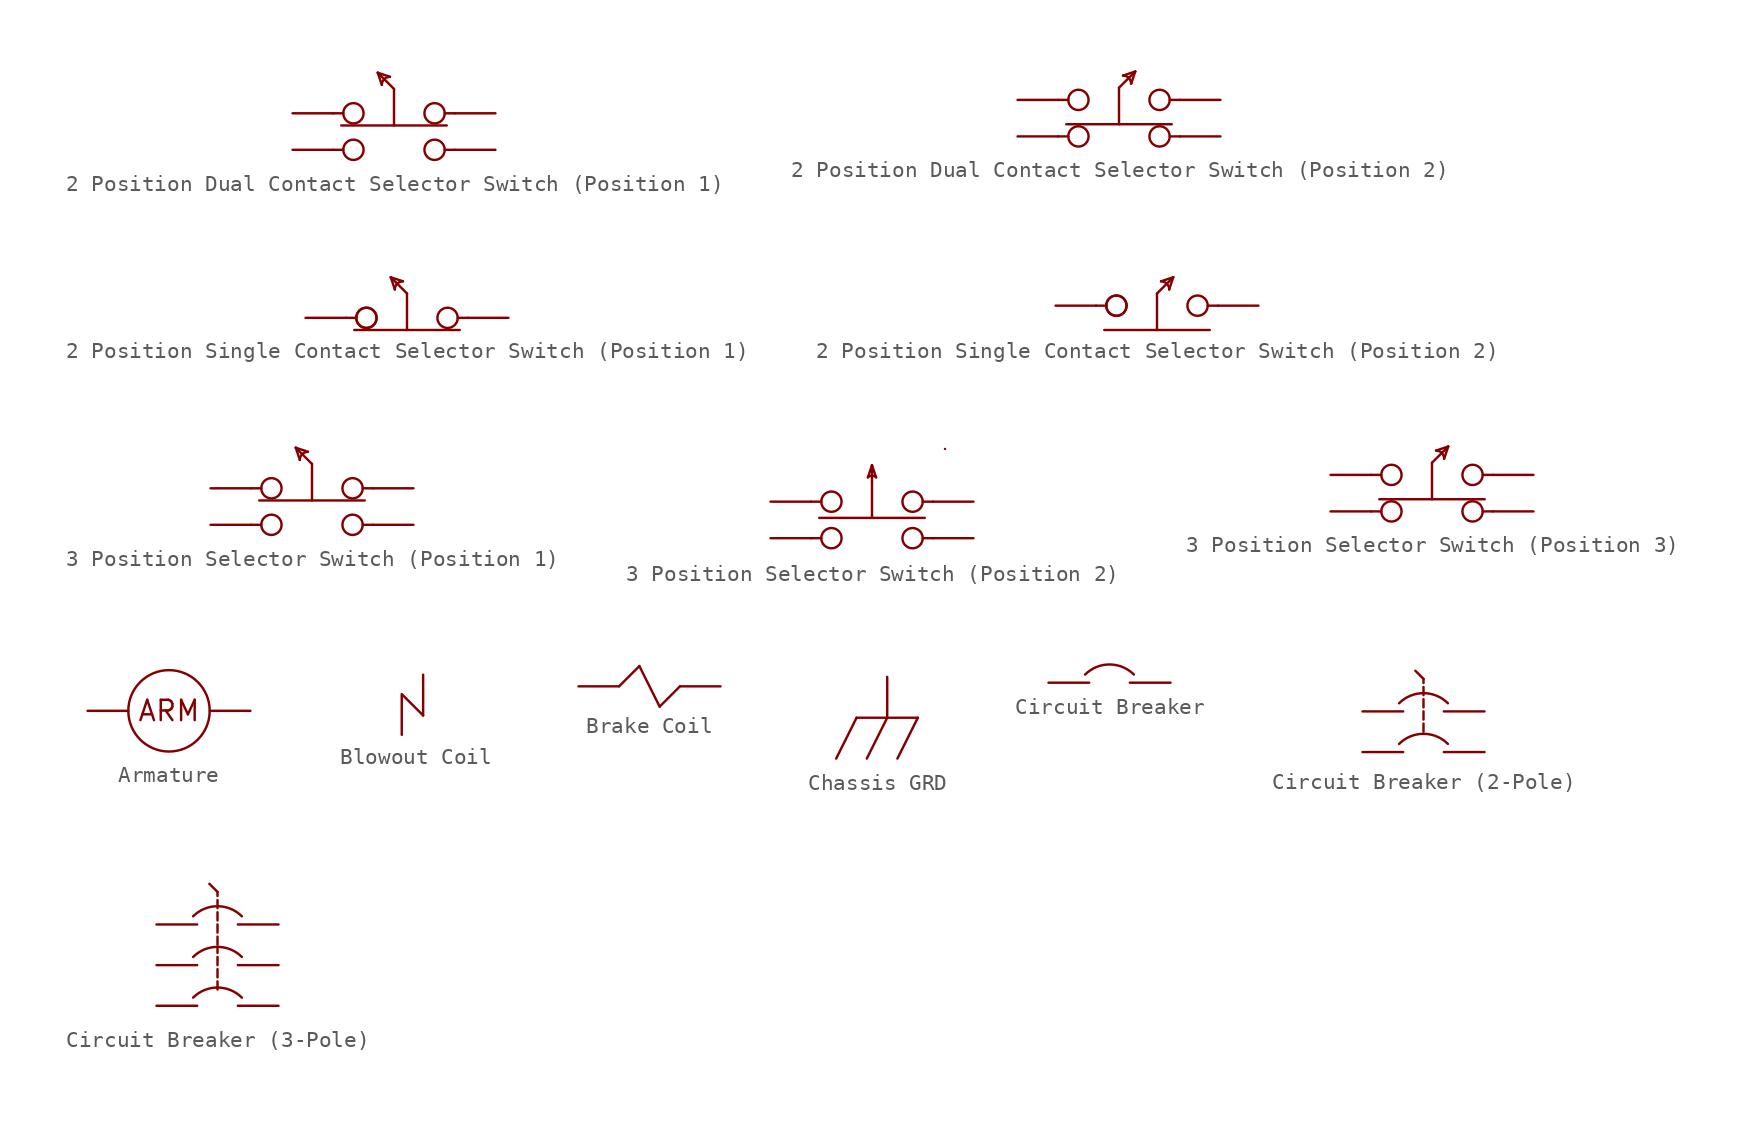
<source format=kicad_sym>
(kicad_symbol_lib
  (version 20241209)
  (generator "kicad_symbol_editor")
  (generator_version "9.0")
  (symbol "2 Position Dual Contact Selector Switch (Position 1)"
    (property "Reference" "U"
      (at 0 3.81 0)
      (effects (font (size 1.27 1.27)) (hide yes)))
    (property "Value" ""
      (at 0 0 0)
      (effects (font (size 1.27 1.27))))
    (symbol "2 Position Dual Contact Selector Switch (Position 1)_0_1"
      (polyline (pts (xy -3.81 0) (xy -3.175 0)) (stroke (width 0) (type default)) (fill (type none)))
      (polyline (pts (xy -3.81 -2.286) (xy -3.175 -2.286)) (stroke (width 0) (type default)) (fill (type none)))
      (polyline (pts (xy -3.302 -0.762) (xy 3.302 -0.762)) (stroke (width 0) (type default)) (fill (type none)))
      (circle (center -2.54 0) (radius 0.635) (stroke (width 0) (type default)) (fill (type none)))
      (circle (center -2.54 -2.286) (radius 0.635) (stroke (width 0) (type default)) (fill (type none)))
      (polyline (pts (xy -1.016 2.54) (xy -0.254 2.286)) (stroke (width 0) (type default)) (fill (type none)))
      (polyline (pts (xy -0.762 1.778) (xy -1.016 2.54)) (stroke (width 0) (type default)) (fill (type none)))
      (arc (start -0.762 1.778) (mid -0.6132 2.1372) (end -0.254 2.286) (stroke (width 0) (type default)) (fill (type none)))
      (polyline (pts (xy 0 1.524) (xy -1.016 2.54)) (stroke (width 0) (type default)) (fill (type none)))
      (circle (center 2.54 0) (radius 0.635) (stroke (width 0) (type default)) (fill (type none)))
      (circle (center 2.54 -2.286) (radius 0.635) (stroke (width 0) (type default)) (fill (type none)))
      (polyline (pts (xy 3.81 0) (xy 3.175 0)) (stroke (width 0) (type default)) (fill (type none)))
      (polyline (pts (xy 3.81 -2.286) (xy 3.175 -2.286)) (stroke (width 0) (type default)) (fill (type none))))
    (symbol "2 Position Dual Contact Selector Switch (Position 1)_1_1"
      (polyline (pts (xy 0 -0.762) (xy 0 1.524)) (stroke (width 0) (type solid)) (fill (type none)))
      (pin input line (at -6.35 0 0) (length 2.54) (name "" (effects (font (size 1.27 1.27)))) (number "" (effects (font (size 1.27 1.27)))))
      (pin input line (at -6.35 -2.286 0) (length 2.54) (name "" (effects (font (size 1.27 1.27)))) (number "" (effects (font (size 1.27 1.27)))))
      (pin input line (at 6.35 0 180) (length 2.54) (name "" (effects (font (size 1.27 1.27)))) (number "" (effects (font (size 1.27 1.27)))))
      (pin input line (at 6.35 -2.286 180) (length 2.54) (name "" (effects (font (size 1.27 1.27)))) (number "" (effects (font (size 1.27 1.27)))))))
  (symbol "2 Position Dual Contact Selector Switch (Position 2)"
    (property "Reference" "U"
      (at 0 3.048 0)
      (effects (font (size 1.27 1.27)) (hide yes)))
    (property "Value" ""
      (at 0 0 0)
      (effects (font (size 1.27 1.27))))
    (symbol "2 Position Dual Contact Selector Switch (Position 2)_0_1"
      (polyline (pts (xy -3.81 0) (xy -3.175 0)) (stroke (width 0) (type default)) (fill (type none)))
      (polyline (pts (xy -3.81 -2.286) (xy -3.175 -2.286)) (stroke (width 0) (type default)) (fill (type none)))
      (polyline (pts (xy -3.302 -1.524) (xy 3.302 -1.524)) (stroke (width 0) (type default)) (fill (type none)))
      (circle (center -2.54 0) (radius 0.635) (stroke (width 0) (type default)) (fill (type none)))
      (circle (center -2.54 -2.286) (radius 0.635) (stroke (width 0) (type default)) (fill (type none)))
      (polyline (pts (xy 0 0.762) (xy 1.016 1.778)) (stroke (width 0) (type default)) (fill (type none)))
      (polyline (pts (xy 0.254 1.524) (xy 1.016 1.778)) (stroke (width 0) (type default)) (fill (type none)))
      (arc (start 0.254 1.524) (mid 0.6132 1.3752) (end 0.762 1.016) (stroke (width 0) (type default)) (fill (type none)))
      (polyline (pts (xy 1.016 1.778) (xy 0.762 1.016)) (stroke (width 0) (type default)) (fill (type none)))
      (circle (center 2.54 0) (radius 0.635) (stroke (width 0) (type default)) (fill (type none)))
      (circle (center 2.54 -2.286) (radius 0.635) (stroke (width 0) (type default)) (fill (type none)))
      (polyline (pts (xy 3.81 0) (xy 3.175 0)) (stroke (width 0) (type default)) (fill (type none)))
      (polyline (pts (xy 3.81 -2.286) (xy 3.175 -2.286)) (stroke (width 0) (type default)) (fill (type none))))
    (symbol "2 Position Dual Contact Selector Switch (Position 2)_1_1"
      (polyline (pts (xy 0 -1.524) (xy 0 0.762)) (stroke (width 0) (type solid)) (fill (type none)))
      (pin input line (at -6.35 0 0) (length 2.54) (name "" (effects (font (size 1.27 1.27)))) (number "" (effects (font (size 1.27 1.27)))))
      (pin input line (at -6.35 -2.286 0) (length 2.54) (name "" (effects (font (size 1.27 1.27)))) (number "" (effects (font (size 1.27 1.27)))))
      (pin input line (at 6.35 0 180) (length 2.54) (name "" (effects (font (size 1.27 1.27)))) (number "" (effects (font (size 1.27 1.27)))))
      (pin input line (at 6.35 -2.286 180) (length 2.54) (name "" (effects (font (size 1.27 1.27)))) (number "" (effects (font (size 1.27 1.27)))))))
  (symbol "2 Position Single Contact Selector Switch (Position 1)"
    (property "Reference" "U"
      (at 0 3.81 0)
      (effects (font (size 1.27 1.27)) (hide yes)))
    (property "Value" ""
      (at 0 0 0)
      (effects (font (size 1.27 1.27))))
    (symbol "2 Position Single Contact Selector Switch (Position 1)_0_1"
      (polyline (pts (xy -3.81 0) (xy -3.175 0)) (stroke (width 0) (type default)) (fill (type none)))
      (polyline (pts (xy -3.302 -0.762) (xy 3.302 -0.762)) (stroke (width 0) (type default)) (fill (type none)))
      (circle (center -2.54 0) (radius 0.635) (stroke (width 0) (type default)) (fill (type none)))
      (circle (center -2.54 0) (radius 0.635) (stroke (width 0) (type default)) (fill (type none)))
      (polyline (pts (xy -1.016 2.54) (xy -0.254 2.286)) (stroke (width 0) (type default)) (fill (type none)))
      (polyline (pts (xy -0.762 1.778) (xy -1.016 2.54)) (stroke (width 0) (type default)) (fill (type none)))
      (arc (start -0.762 1.778) (mid -0.6132 2.1372) (end -0.254 2.286) (stroke (width 0) (type default)) (fill (type none)))
      (polyline (pts (xy 0 1.524) (xy -1.016 2.54)) (stroke (width 0) (type default)) (fill (type none)))
      (polyline (pts (xy 0 -0.762) (xy 0 1.524)) (stroke (width 0) (type default)) (fill (type none)))
      (circle (center 2.54 0) (radius 0.635) (stroke (width 0) (type default)) (fill (type none)))
      (polyline (pts (xy 3.81 0) (xy 3.175 0)) (stroke (width 0) (type default)) (fill (type none))))
    (symbol "2 Position Single Contact Selector Switch (Position 1)_1_1"
      (pin input line (at -6.35 0 0) (length 2.54) (name "" (effects (font (size 1.27 1.27)))) (number "" (effects (font (size 1.27 1.27)))))
      (pin input line (at 6.35 0 180) (length 2.54) (name "" (effects (font (size 1.27 1.27)))) (number "" (effects (font (size 1.27 1.27)))))))
  (symbol "2 Position Single Contact Selector Switch (Position 2)"
    (property "Reference" "U"
      (at 0 3.048 0)
      (effects (font (size 1.27 1.27)) (hide yes)))
    (property "Value" ""
      (at 0 0 0)
      (effects (font (size 1.27 1.27))))
    (symbol "2 Position Single Contact Selector Switch (Position 2)_0_1"
      (polyline (pts (xy -3.81 0) (xy -3.175 0)) (stroke (width 0) (type default)) (fill (type none)))
      (polyline (pts (xy -3.302 -1.524) (xy 3.302 -1.524)) (stroke (width 0) (type default)) (fill (type none)))
      (circle (center -2.54 0) (radius 0.635) (stroke (width 0) (type default)) (fill (type none)))
      (circle (center -2.54 0) (radius 0.635) (stroke (width 0) (type default)) (fill (type none)))
      (polyline (pts (xy 0 0.762) (xy 1.016 1.778)) (stroke (width 0) (type default)) (fill (type none)))
      (polyline (pts (xy 0 -1.524) (xy 0 0.762)) (stroke (width 0) (type default)) (fill (type none)))
      (polyline (pts (xy 0.254 1.524) (xy 1.016 1.778)) (stroke (width 0) (type default)) (fill (type none)))
      (arc (start 0.254 1.524) (mid 0.6132 1.3752) (end 0.762 1.016) (stroke (width 0) (type default)) (fill (type none)))
      (polyline (pts (xy 1.016 1.778) (xy 0.762 1.016)) (stroke (width 0) (type default)) (fill (type none)))
      (circle (center 2.54 0) (radius 0.635) (stroke (width 0) (type default)) (fill (type none)))
      (polyline (pts (xy 3.81 0) (xy 3.175 0)) (stroke (width 0) (type default)) (fill (type none))))
    (symbol "2 Position Single Contact Selector Switch (Position 2)_1_1"
      (pin input line (at -6.35 0 0) (length 2.54) (name "" (effects (font (size 1.27 1.27)))) (number "" (effects (font (size 1.27 1.27)))))
      (pin input line (at 6.35 0 180) (length 2.54) (name "" (effects (font (size 1.27 1.27)))) (number "" (effects (font (size 1.27 1.27)))))))
  (symbol "3 Position Selector Switch (Position 1)"
    (property "Reference" "U"
      (at 0 3.81 0)
      (effects (font (size 1.27 1.27)) (hide yes)))
    (property "Value" ""
      (at 0 0 0)
      (effects (font (size 1.27 1.27))))
    (symbol "3 Position Selector Switch (Position 1)_0_1"
      (polyline (pts (xy -3.81 0) (xy -3.175 0)) (stroke (width 0) (type default)) (fill (type none)))
      (polyline (pts (xy -3.81 -2.286) (xy -3.175 -2.286)) (stroke (width 0) (type default)) (fill (type none)))
      (polyline (pts (xy -3.302 -0.762) (xy 3.302 -0.762)) (stroke (width 0) (type default)) (fill (type none)))
      (circle (center -2.54 0) (radius 0.635) (stroke (width 0) (type default)) (fill (type none)))
      (circle (center -2.54 -2.286) (radius 0.635) (stroke (width 0) (type default)) (fill (type none)))
      (polyline (pts (xy -1.016 2.54) (xy -0.254 2.286)) (stroke (width 0) (type default)) (fill (type none)))
      (polyline (pts (xy -0.762 1.778) (xy -1.016 2.54)) (stroke (width 0) (type default)) (fill (type none)))
      (arc (start -0.762 1.778) (mid -0.6132 2.1372) (end -0.254 2.286) (stroke (width 0) (type default)) (fill (type none)))
      (polyline (pts (xy 0 1.524) (xy -1.016 2.54)) (stroke (width 0) (type default)) (fill (type none)))
      (circle (center 2.54 0) (radius 0.635) (stroke (width 0) (type default)) (fill (type none)))
      (circle (center 2.54 -2.286) (radius 0.635) (stroke (width 0) (type default)) (fill (type none)))
      (polyline (pts (xy 3.81 0) (xy 3.175 0)) (stroke (width 0) (type default)) (fill (type none)))
      (polyline (pts (xy 3.81 -2.286) (xy 3.175 -2.286)) (stroke (width 0) (type default)) (fill (type none))))
    (symbol "3 Position Selector Switch (Position 1)_1_1"
      (polyline (pts (xy 0 -0.762) (xy 0 1.524)) (stroke (width 0) (type solid)) (fill (type none)))
      (pin input line (at -6.35 0 0) (length 2.54) (name "" (effects (font (size 1.27 1.27)))) (number "" (effects (font (size 1.27 1.27)))))
      (pin input line (at -6.35 -2.286 0) (length 2.54) (name "" (effects (font (size 1.27 1.27)))) (number "" (effects (font (size 1.27 1.27)))))
      (pin input line (at 6.35 0 180) (length 2.54) (name "" (effects (font (size 1.27 1.27)))) (number "" (effects (font (size 1.27 1.27)))))
      (pin input line (at 6.35 -2.286 180) (length 2.54) (name "" (effects (font (size 1.27 1.27)))) (number "" (effects (font (size 1.27 1.27)))))))
  (symbol "3 Position Selector Switch (Position 2)"
    (property "Reference" "U"
      (at 0 3.556 0)
      (effects (font (size 1.27 1.27)) (hide yes)))
    (property "Value" ""
      (at 0 0 0)
      (effects (font (size 1.27 1.27))))
    (symbol "3 Position Selector Switch (Position 2)_0_1"
      (polyline (pts (xy -3.81 0) (xy -3.175 0)) (stroke (width 0) (type default)) (fill (type none)))
      (polyline (pts (xy -3.81 -2.286) (xy -3.175 -2.286)) (stroke (width 0) (type default)) (fill (type none)))
      (polyline (pts (xy -3.302 -1.016) (xy 3.302 -1.016)) (stroke (width 0) (type default)) (fill (type none)))
      (circle (center -2.54 0) (radius 0.635) (stroke (width 0) (type default)) (fill (type none)))
      (circle (center -2.54 -2.286) (radius 0.635) (stroke (width 0) (type default)) (fill (type none)))
      (polyline (pts (xy 0 2.286) (xy -0.254 1.524)) (stroke (width 0) (type default)) (fill (type none)))
      (polyline (pts (xy 0 2.286) (xy 0.254 1.524)) (stroke (width 0) (type default)) (fill (type none)))
      (arc (start -0.254 1.524) (mid 0 1.6292) (end 0.254 1.524) (stroke (width 0) (type default)) (fill (type none)))
      (polyline (pts (xy 0 1.27) (xy 0 2.286)) (stroke (width 0) (type default)) (fill (type none)))
      (circle (center 2.54 0) (radius 0.635) (stroke (width 0) (type default)) (fill (type none)))
      (circle (center 2.54 -2.286) (radius 0.635) (stroke (width 0) (type default)) (fill (type none)))
      (polyline (pts (xy 3.81 0) (xy 3.175 0)) (stroke (width 0) (type default)) (fill (type none)))
      (polyline (pts (xy 3.81 -2.286) (xy 3.175 -2.286)) (stroke (width 0) (type default)) (fill (type none)))
      (arc (start 4.572 3.302) (mid 4.572 3.302) (end 4.572 3.302) (stroke (width 0) (type default)) (fill (type none))))
    (symbol "3 Position Selector Switch (Position 2)_1_1"
      (polyline (pts (xy 0 -1.016) (xy 0 1.27)) (stroke (width 0) (type solid)) (fill (type none)))
      (pin input line (at -6.35 0 0) (length 2.54) (name "" (effects (font (size 1.27 1.27)))) (number "" (effects (font (size 1.27 1.27)))))
      (pin input line (at -6.35 -2.286 0) (length 2.54) (name "" (effects (font (size 1.27 1.27)))) (number "" (effects (font (size 1.27 1.27)))))
      (pin input line (at 6.35 0 180) (length 2.54) (name "" (effects (font (size 1.27 1.27)))) (number "" (effects (font (size 1.27 1.27)))))
      (pin input line (at 6.35 -2.286 180) (length 2.54) (name "" (effects (font (size 1.27 1.27)))) (number "" (effects (font (size 1.27 1.27)))))))
  (symbol "3 Position Selector Switch (Position 3)"
    (property "Reference" "U"
      (at 0 3.048 0)
      (effects (font (size 1.27 1.27)) (hide yes)))
    (property "Value" ""
      (at 0 0 0)
      (effects (font (size 1.27 1.27))))
    (symbol "3 Position Selector Switch (Position 3)_0_1"
      (polyline (pts (xy -3.81 0) (xy -3.175 0)) (stroke (width 0) (type default)) (fill (type none)))
      (polyline (pts (xy -3.81 -2.286) (xy -3.175 -2.286)) (stroke (width 0) (type default)) (fill (type none)))
      (polyline (pts (xy -3.302 -1.524) (xy 3.302 -1.524)) (stroke (width 0) (type default)) (fill (type none)))
      (circle (center -2.54 0) (radius 0.635) (stroke (width 0) (type default)) (fill (type none)))
      (circle (center -2.54 -2.286) (radius 0.635) (stroke (width 0) (type default)) (fill (type none)))
      (polyline (pts (xy 0 0.762) (xy 1.016 1.778)) (stroke (width 0) (type default)) (fill (type none)))
      (polyline (pts (xy 0.254 1.524) (xy 1.016 1.778)) (stroke (width 0) (type default)) (fill (type none)))
      (arc (start 0.254 1.524) (mid 0.6132 1.3752) (end 0.762 1.016) (stroke (width 0) (type default)) (fill (type none)))
      (polyline (pts (xy 1.016 1.778) (xy 0.762 1.016)) (stroke (width 0) (type default)) (fill (type none)))
      (circle (center 2.54 0) (radius 0.635) (stroke (width 0) (type default)) (fill (type none)))
      (circle (center 2.54 -2.286) (radius 0.635) (stroke (width 0) (type default)) (fill (type none)))
      (polyline (pts (xy 3.81 0) (xy 3.175 0)) (stroke (width 0) (type default)) (fill (type none)))
      (polyline (pts (xy 3.81 -2.286) (xy 3.175 -2.286)) (stroke (width 0) (type default)) (fill (type none))))
    (symbol "3 Position Selector Switch (Position 3)_1_1"
      (polyline (pts (xy 0 -1.524) (xy 0 0.762)) (stroke (width 0) (type solid)) (fill (type none)))
      (pin input line (at -6.35 0 0) (length 2.54) (name "" (effects (font (size 1.27 1.27)))) (number "" (effects (font (size 1.27 1.27)))))
      (pin input line (at -6.35 -2.286 0) (length 2.54) (name "" (effects (font (size 1.27 1.27)))) (number "" (effects (font (size 1.27 1.27)))))
      (pin input line (at 6.35 0 180) (length 2.54) (name "" (effects (font (size 1.27 1.27)))) (number "" (effects (font (size 1.27 1.27)))))
      (pin input line (at 6.35 -2.286 180) (length 2.54) (name "" (effects (font (size 1.27 1.27)))) (number "" (effects (font (size 1.27 1.27)))))))
  (symbol "Armature"
    (property "Reference" "U"
      (at 0 3.556 0)
      (effects (font (size 1.27 1.27)) (hide yes)))
    (property "Value" ""
      (at 0 0 0)
      (effects (font (size 1.27 1.27))))
    (symbol "Armature_0_1"
      (circle (center 0 0) (radius 2.54) (stroke (width 0) (type default)) (fill (type none))))
    (symbol "Armature_1_1"
      (text "ARM" (at 0 0 0) (effects (font (size 1.27 1.27))))
      (pin input line (at -5.08 0 0) (length 2.54) (name "" (effects (font (size 1.27 1.27)))) (number "" (effects (font (size 1.27 1.27)))))
      (pin input line (at 5.08 0 180) (length 2.54) (name "" (effects (font (size 1.27 1.27)))) (number "" (effects (font (size 1.27 1.27)))))))
  (symbol "Blowout Coil"
    (property "Reference" "U"
      (at 0 2.794 0)
      (effects (font (size 1.27 1.27)) (hide yes)))
    (property "Value" ""
      (at 0 0 0)
      (effects (font (size 1.27 1.27))))
    (symbol "Blowout Coil_0_1"
      (polyline (pts (xy -1.333 0.064) (xy -1.333 -2.477)) (stroke (width 0) (type default)) (fill (type none)))
      (polyline (pts (xy 0 -1.27) (xy -1.27 0)) (stroke (width 0) (type default)) (fill (type none))))
    (symbol "Blowout Coil_1_1"
      (pin input line (at 0 1.27 270) (length 2.54) (name "" (effects (font (size 1.27 1.27)))) (number "" (effects (font (size 1.27 1.27)))))))
  (symbol "Brake Coil"
    (property "Reference" "U"
      (at 0 2.54 0)
      (effects (font (size 1.27 1.27)) (hide yes)))
    (property "Value" ""
      (at 0 0 0)
      (effects (font (size 1.27 1.27))))
    (symbol "Brake Coil_0_1"
      (polyline (pts (xy -1.905 0) (xy -0.635 1.27)) (stroke (width 0) (type default)) (fill (type none)))
      (polyline (pts (xy -0.635 1.27) (xy 0.635 -1.27)) (stroke (width 0) (type default)) (fill (type none)))
      (polyline (pts (xy 0.635 -1.27) (xy 1.905 0)) (stroke (width 0) (type default)) (fill (type none))))
    (symbol "Brake Coil_1_1"
      (pin input line (at -4.445 0 0) (length 2.54) (name "" (effects (font (size 1.27 1.27)))) (number "" (effects (font (size 1.27 1.27)))))
      (pin input line (at 4.445 0 180) (length 2.54) (name "" (effects (font (size 1.27 1.27)))) (number "" (effects (font (size 1.27 1.27)))))))
  (symbol "Chassis GRD"
    (power)
    (property "Reference" "U"
      (at 0 4.064 0)
      (effects (font (size 1.27 1.27)) (hide yes)))
    (property "Value" ""
      (at 0 0 0)
      (effects (font (size 1.27 1.27))))
    (symbol "Chassis GRD_0_1"
      (polyline (pts (xy -1.905 0) (xy -3.175 -2.54)) (stroke (width 0) (type default)) (fill (type none)))
      (polyline (pts (xy -1.905 0) (xy 1.905 0)) (stroke (width 0) (type default)) (fill (type none)))
      (polyline (pts (xy 0 0) (xy -1.27 -2.54)) (stroke (width 0) (type default)) (fill (type none)))
      (polyline (pts (xy 1.905 0) (xy 0.635 -2.54)) (stroke (width 0) (type default)) (fill (type none))))
    (symbol "Chassis GRD_1_1"
      (pin input line (at 0 2.54 270) (length 2.54) (name "" (effects (font (size 1.27 1.27)))) (number "" (effects (font (size 1.27 1.27)))))))
  (symbol "Circuit Breaker"
    (property "Reference" "U"
      (at 0 2.286 0)
      (effects (font (size 1.27 1.27)) (hide yes)))
    (property "Value" ""
      (at 0 0 0)
      (effects (font (size 1.27 1.27))))
    (symbol "Circuit Breaker_0_1"
      (arc (start -1.524 0.508) (mid 0 1.1393) (end 1.524 0.508) (stroke (width 0) (type default)) (fill (type none))))
    (symbol "Circuit Breaker_1_1"
      (pin input line (at -3.81 0 0) (length 2.54) (name "" (effects (font (size 1.27 1.27)))) (number "" (effects (font (size 1.27 1.27)))))
      (pin input line (at 3.81 0 180) (length 2.54) (name "" (effects (font (size 1.27 1.27)))) (number "" (effects (font (size 1.27 1.27)))))))
  (symbol "Circuit Breaker (2-Pole)"
    (property "Reference" "U"
      (at 0 5.08 0)
      (effects (font (size 1.27 1.27)) (hide yes)))
    (property "Value" ""
      (at 0 0 0)
      (effects (font (size 1.27 1.27))))
    (symbol "Circuit Breaker (2-Pole)_0_1"
      (polyline (pts (xy 0 3.302) (xy -0.508 3.81)) (stroke (width 0) (type default)) (fill (type none)))
      (polyline (pts (xy 0 3.048) (xy 0 3.302)) (stroke (width 0) (type default)) (fill (type none)))
      (polyline (pts (xy 0 2.286) (xy 0 2.794)) (stroke (width 0) (type default)) (fill (type none)))
      (polyline (pts (xy 0 2.032) (xy 0 1.524)) (stroke (width 0) (type default)) (fill (type none)))
      (polyline (pts (xy 0 1.27) (xy 0 0.762)) (stroke (width 0) (type default)) (fill (type none)))
      (polyline (pts (xy 0 0.508) (xy 0 0)) (stroke (width 0) (type default)) (fill (type none)))
      (arc (start -1.524 1.778) (mid 0 2.4093) (end 1.524 1.778) (stroke (width 0) (type default)) (fill (type none)))
      (arc (start -1.524 -0.762) (mid 0 -0.1307) (end 1.524 -0.762) (stroke (width 0) (type default)) (fill (type none))))
    (symbol "Circuit Breaker (2-Pole)_1_1"
      (pin input line (at -3.81 1.27 0) (length 2.54) (name "" (effects (font (size 1.27 1.27)))) (number "" (effects (font (size 1.27 1.27)))))
      (pin input line (at -3.81 -1.27 0) (length 2.54) (name "" (effects (font (size 1.27 1.27)))) (number "" (effects (font (size 1.27 1.27)))))
      (pin input line (at 3.81 1.27 180) (length 2.54) (name "" (effects (font (size 1.27 1.27)))) (number "" (effects (font (size 1.27 1.27)))))
      (pin input line (at 3.81 -1.27 180) (length 2.54) (name "" (effects (font (size 1.27 1.27)))) (number "" (effects (font (size 1.27 1.27)))))))
  (symbol "Circuit Breaker (3-Pole)"
    (property "Reference" "U"
      (at 0 6.35 0)
      (effects (font (size 1.27 1.27)) (hide yes)))
    (property "Value" ""
      (at 0 0 0)
      (effects (font (size 1.27 1.27))))
    (symbol "Circuit Breaker (3-Pole)_0_1"
      (polyline (pts (xy 0 4.572) (xy -0.508 5.08)) (stroke (width 0) (type default)) (fill (type none)))
      (polyline (pts (xy 0 4.318) (xy 0 4.572)) (stroke (width 0) (type default)) (fill (type none)))
      (polyline (pts (xy 0 3.556) (xy 0 4.064)) (stroke (width 0) (type default)) (fill (type none)))
      (polyline (pts (xy 0 3.302) (xy 0 2.794)) (stroke (width 0) (type default)) (fill (type none)))
      (polyline (pts (xy 0 2.54) (xy 0 2.032)) (stroke (width 0) (type default)) (fill (type none)))
      (polyline (pts (xy 0 1.778) (xy 0 1.27)) (stroke (width 0) (type default)) (fill (type none)))
      (arc (start -1.524 3.048) (mid 0 3.6793) (end 1.524 3.048) (stroke (width 0) (type default)) (fill (type none)))
      (polyline (pts (xy 0 0.762) (xy 0 1.016)) (stroke (width 0) (type default)) (fill (type none)))
      (polyline (pts (xy 0 0.508) (xy 0 0)) (stroke (width 0) (type default)) (fill (type none)))
      (polyline (pts (xy 0 -0.254) (xy 0 -0.762)) (stroke (width 0) (type default)) (fill (type none)))
      (arc (start -1.524 0.508) (mid 0 1.1393) (end 1.524 0.508) (stroke (width 0) (type default)) (fill (type none)))
      (polyline (pts (xy 0 -1.016) (xy 0 -1.524)) (stroke (width 0) (type default)) (fill (type none)))
      (arc (start -1.524 -2.032) (mid 0 -1.4007) (end 1.524 -2.032) (stroke (width 0) (type default)) (fill (type none))))
    (symbol "Circuit Breaker (3-Pole)_1_1"
      (pin input line (at -3.81 2.54 0) (length 2.54) (name "" (effects (font (size 1.27 1.27)))) (number "" (effects (font (size 1.27 1.27)))))
      (pin input line (at -3.81 0 0) (length 2.54) (name "" (effects (font (size 1.27 1.27)))) (number "" (effects (font (size 1.27 1.27)))))
      (pin input line (at -3.81 -2.54 0) (length 2.54) (name "" (effects (font (size 1.27 1.27)))) (number "" (effects (font (size 1.27 1.27)))))
      (pin input line (at 3.81 2.54 180) (length 2.54) (name "" (effects (font (size 1.27 1.27)))) (number "" (effects (font (size 1.27 1.27)))))
      (pin input line (at 3.81 0 180) (length 2.54) (name "" (effects (font (size 1.27 1.27)))) (number "" (effects (font (size 1.27 1.27)))))
      (pin input line (at 3.81 -2.54 180) (length 2.54) (name "" (effects (font (size 1.27 1.27)))) (number "" (effects (font (size 1.27 1.27))))))))
</source>
